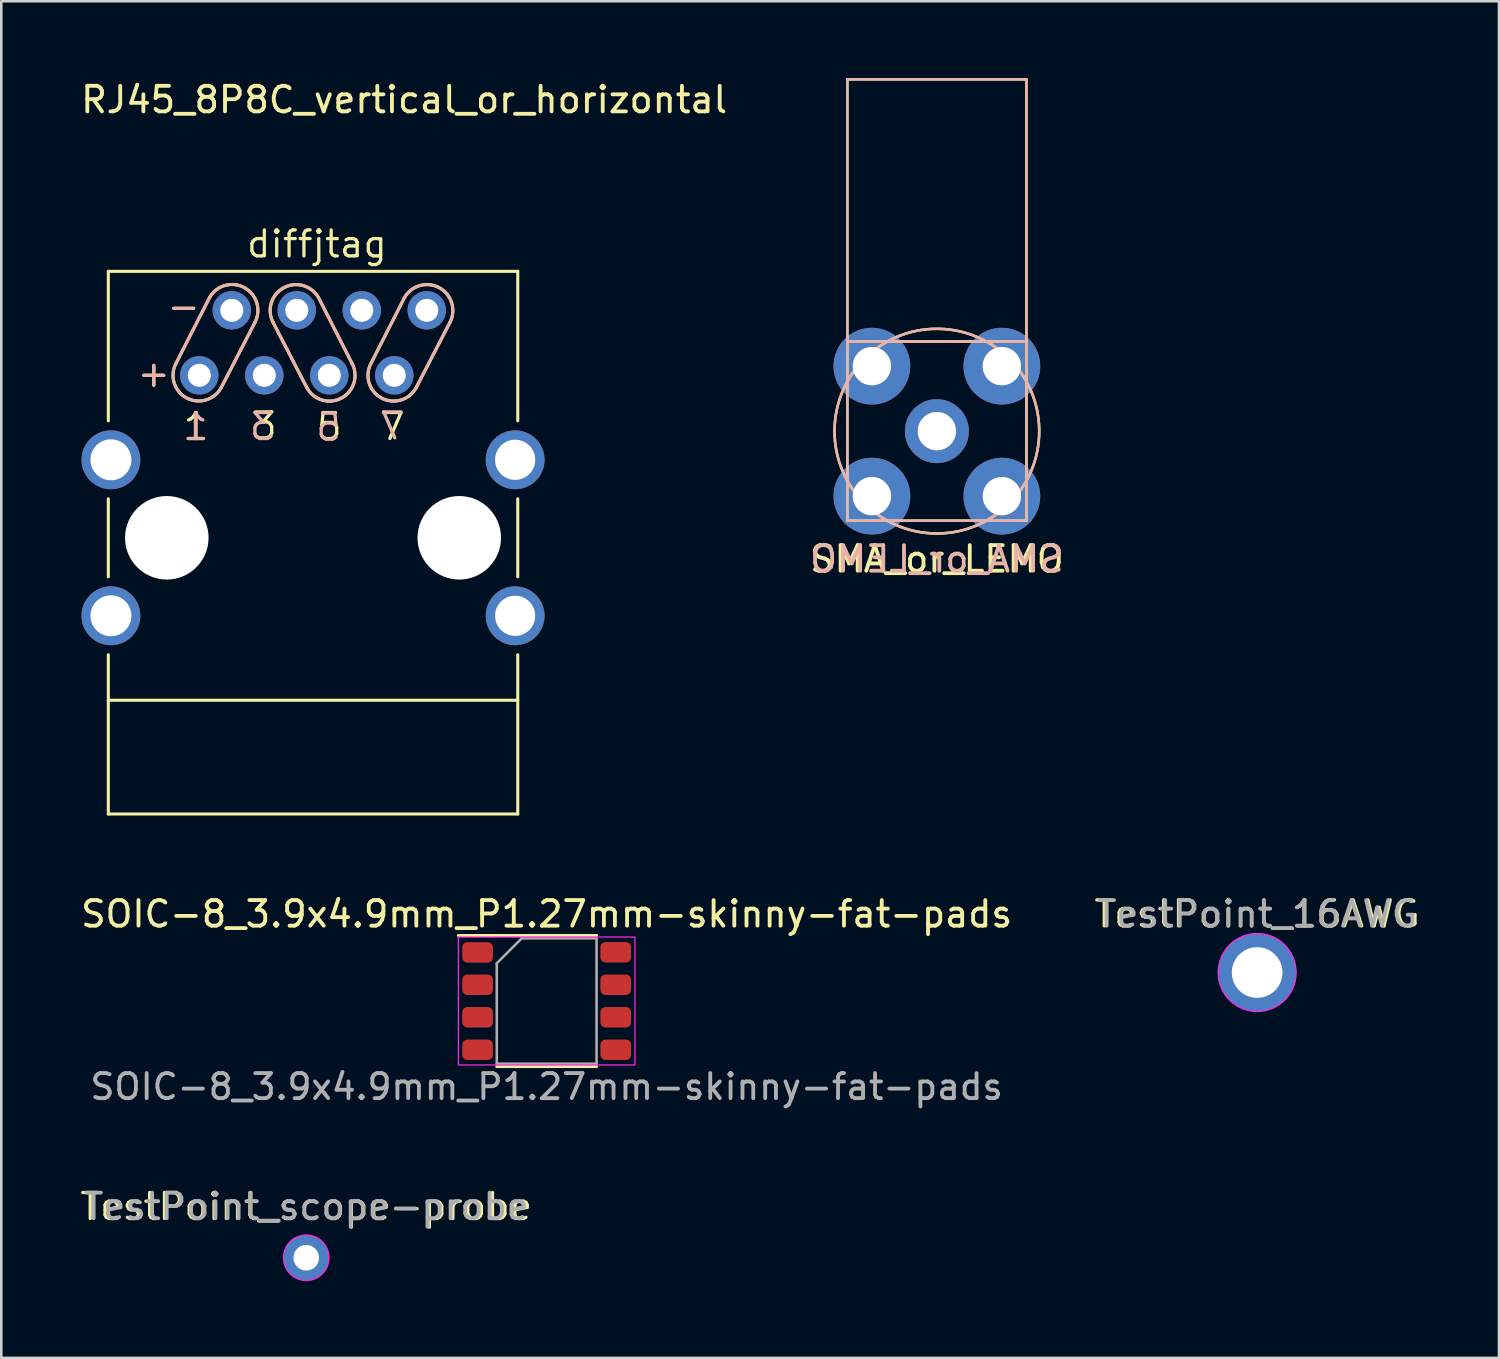
<source format=kicad_pcb>
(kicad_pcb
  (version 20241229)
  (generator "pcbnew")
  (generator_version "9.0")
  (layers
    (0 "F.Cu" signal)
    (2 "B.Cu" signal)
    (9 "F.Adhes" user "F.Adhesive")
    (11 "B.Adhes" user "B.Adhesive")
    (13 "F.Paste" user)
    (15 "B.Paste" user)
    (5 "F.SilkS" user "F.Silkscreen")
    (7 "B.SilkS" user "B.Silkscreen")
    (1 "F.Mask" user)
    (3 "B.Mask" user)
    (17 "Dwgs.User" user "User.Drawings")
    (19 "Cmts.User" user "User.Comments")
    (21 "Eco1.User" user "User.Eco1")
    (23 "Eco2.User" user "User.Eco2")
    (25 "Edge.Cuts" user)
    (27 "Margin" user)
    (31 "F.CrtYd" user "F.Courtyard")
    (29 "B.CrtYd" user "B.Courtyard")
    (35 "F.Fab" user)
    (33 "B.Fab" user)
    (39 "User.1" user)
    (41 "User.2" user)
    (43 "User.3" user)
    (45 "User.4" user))
  (footprint "TestPoint_16AWG"
    (layer "F.Cu")
    (at 46.082 34.958)
    (property "Reference" "TestPoint_16AWG" (at 0 -2.286 0) (layer "F.SilkS") (effects (font (size 1.016 1.016) (thickness 0.127))))
    (attr exclude_from_pos_files)
    (fp_circle (center 0 0) (end 1.524 0) (stroke (width 0.05) (type solid)) (fill no) (layer "F.CrtYd"))
    (fp_text user "${REFERENCE}" (at 0 -2.286 0) (layer "F.Fab") (effects (font (size 1 1) (thickness 0.15))))
    (pad "1" thru_hole circle (at 0 0) (size 3.048 3.048) (drill 1.981) (layers "*.Cu" "*.Mask")))
  (footprint "TestPoint_scope-probe"
    (layer "F.Cu")
    (at 8.918 46.106)
    (property "Reference" "TestPoint_scope-probe" (at 0 -1.998 0) (layer "F.SilkS") (effects (font (size 1.016 1.016) (thickness 0.127))))
    (attr exclude_from_pos_files)
    (fp_circle (center 0 0) (end 0.889 0) (stroke (width 0.05) (type solid)) (fill no) (layer "F.CrtYd"))
    (fp_text user "${REFERENCE}" (at 0 -2 0) (layer "F.Fab") (effects (font (size 1 1) (thickness 0.15))))
    (pad "1" thru_hole circle (at 0 0) (size 1.778 1.778) (drill 1) (layers "*.Cu" "*.Mask")))
  (footprint "SMA_or_LEMO"
    (layer "F.Cu")
    (at 33.565 13.8)
    (property "Reference" "SMA_or_LEMO" (at 0 5 180) (layer "F.SilkS") (effects (font (size 1 1) (thickness 0.15))))
    (attr through_hole)
    (fp_rect (start -3.5 -3.5) (end 3.5 -13.75) (stroke (width 0.1) (type default)) (fill no) (layer "F.SilkS"))
    (fp_rect (start -3.5 -3.5) (end 3.5 3.5) (stroke (width 0.1) (type default)) (fill no) (layer "F.SilkS"))
    (fp_circle (center 0 0) (end 4 0) (stroke (width 0.1) (type default)) (fill no) (layer "F.SilkS"))
    (fp_rect (start 3.5 -3.5) (end -3.5 -13.75) (stroke (width 0.1) (type default)) (fill no) (layer "B.SilkS"))
    (fp_rect (start 3.5 -3.5) (end -3.5 3.5) (stroke (width 0.1) (type default)) (fill no) (layer "B.SilkS"))
    (fp_circle (center 0 0) (end -4 0) (stroke (width 0.1) (type default)) (fill no) (layer "B.SilkS"))
    (fp_rect (start -3.05 -2.05) (end -2.05 -3.05) (stroke (width 0.1) (type default)) (fill no) (layer "User.1"))
    (fp_rect (start -3.05 3.05) (end -2.05 2.05) (stroke (width 0.1) (type default)) (fill no) (layer "User.1"))
    (fp_rect (start 2.05 -2.05) (end 3.05 -3.05) (stroke (width 0.1) (type default)) (fill no) (layer "User.1"))
    (fp_rect (start 2.05 3.05) (end 3.05 2.05) (stroke (width 0.1) (type default)) (fill no) (layer "User.1"))
    (fp_circle (center 0 0) (end 0.65 0) (stroke (width 0.1) (type default)) (fill no) (layer "User.1"))
    (fp_text user "${REFERENCE}" (at 0 5 0) (layer "B.SilkS") (effects (font (size 1 1) (thickness 0.15)) (justify mirror)))
    (pad "1" thru_hole circle (at 0 0) (size 2.5 2.5) (drill 1.5) (layers "*.Cu" "*.Mask"))
    (pad "2" thru_hole circle (at -2.54 -2.54) (size 3 3) (drill 1.5) (layers "*.Cu" "*.Mask"))
    (pad "2" thru_hole circle (at -2.54 2.54) (size 3 3) (drill 1.5) (layers "*.Cu" "*.Mask"))
    (pad "2" thru_hole circle (at 2.54 -2.54) (size 3 3) (drill 1.5) (layers "*.Cu" "*.Mask"))
    (pad "2" thru_hole circle (at 2.54 2.54) (size 3 3) (drill 1.5) (layers "*.Cu" "*.Mask")))
  (footprint "SOIC-8_3.9x4.9mm_P1.27mm-skinny-fat-pads"
    (layer "F.Cu")
    (at 18.315 36.072)
    (property "Reference" "SOIC-8_3.9x4.9mm_P1.27mm-skinny-fat-pads" (at 0 -3.4 180) (layer "F.SilkS") (effects (font (size 1 1) (thickness 0.15))))
    (attr smd)
    (fp_line (start 0 -2.56) (end -3.45 -2.56) (stroke (width 0.12) (type solid)) (layer "F.SilkS"))
    (fp_line (start 0 -2.56) (end 1.95 -2.56) (stroke (width 0.12) (type solid)) (layer "F.SilkS"))
    (fp_line (start 0 2.56) (end -1.95 2.56) (stroke (width 0.12) (type solid)) (layer "F.SilkS"))
    (fp_line (start 0 2.56) (end 1.95 2.56) (stroke (width 0.12) (type solid)) (layer "F.SilkS"))
    (fp_rect (start -3.45 -2.5) (end 3.45 2.5) (stroke (width 0.05) (type default)) (fill no) (layer "F.CrtYd"))
    (fp_line (start -1.95 -1.475) (end -0.975 -2.45) (stroke (width 0.1) (type solid)) (layer "F.Fab"))
    (fp_line (start -1.95 2.45) (end -1.95 -1.475) (stroke (width 0.1) (type solid)) (layer "F.Fab"))
    (fp_line (start -0.975 -2.45) (end 1.95 -2.45) (stroke (width 0.1) (type solid)) (layer "F.Fab"))
    (fp_line (start 1.95 -2.45) (end 1.95 2.45) (stroke (width 0.1) (type solid)) (layer "F.Fab"))
    (fp_line (start 1.95 2.45) (end -1.95 2.45) (stroke (width 0.1) (type solid)) (layer "F.Fab"))
    (fp_rect (start -3.1 -2.1) (end -2.7 -1.7) (stroke (width 0.1) (type default)) (fill no) (layer "User.2"))
    (fp_rect (start 2.7 -2.1) (end 3.1 -1.7) (stroke (width 0.1) (type default)) (fill no) (layer "User.2"))
    (fp_text user "${REFERENCE}" (at 0 3.35 180) (layer "F.Fab") (effects (font (size 0.98 0.98) (thickness 0.15))))
    (pad "1" smd roundrect (at -2.7 -1.9) (size 1.2 0.8) (layers "F.Cu" "F.Mask" "F.Paste") (roundrect_rratio 0.25))
    (pad "2" smd roundrect (at -2.7 -0.635) (size 1.2 0.8) (layers "F.Cu" "F.Mask" "F.Paste") (roundrect_rratio 0.25))
    (pad "3" smd roundrect (at -2.7 0.635) (size 1.2 0.8) (layers "F.Cu" "F.Mask" "F.Paste") (roundrect_rratio 0.25))
    (pad "4" smd roundrect (at -2.7 1.905) (size 1.2 0.8) (layers "F.Cu" "F.Mask" "F.Paste") (roundrect_rratio 0.25))
    (pad "5" smd roundrect (at 2.7 1.905) (size 1.2 0.8) (layers "F.Cu" "F.Mask" "F.Paste") (roundrect_rratio 0.25))
    (pad "6" smd roundrect (at 2.7 0.635) (size 1.2 0.8) (layers "F.Cu" "F.Mask" "F.Paste") (roundrect_rratio 0.25))
    (pad "7" smd roundrect (at 2.7 -0.635) (size 1.2 0.8) (layers "F.Cu" "F.Mask" "F.Paste") (roundrect_rratio 0.25))
    (pad "8" smd roundrect (at 2.7 -1.905) (size 1.2 0.8) (layers "F.Cu" "F.Mask" "F.Paste") (roundrect_rratio 0.25)))
  (footprint "RJ45_8P8C_vertical_or_horizontal"
    (layer "F.Cu")
    (at 9.184 10.348)
    (property "Reference" "RJ45_8P8C_vertical_or_horizontal" (at 3.56 -9.5 0) (layer "F.SilkS") (effects (font (size 1 1) (thickness 0.15))))
    (property "Value" "diffjtag" (at 3.56 9.5 0) (layer "F.Fab") (hide yes) (effects (font (size 1 1) (thickness 0.15))))
    (attr through_hole)
    (fp_line (start -8.001 -2.794) (end 8.001 -2.794) (stroke (width 0.12) (type solid)) (layer "F.SilkS"))
    (fp_line (start -8.001 3.048) (end -8.001 -2.794) (stroke (width 0.12) (type solid)) (layer "F.SilkS"))
    (fp_line (start -8.001 6.096) (end -8.001 9.144) (stroke (width 0.12) (type solid)) (layer "F.SilkS"))
    (fp_line (start -8.001 12.192) (end -8.001 18.415) (stroke (width 0.12) (type solid)) (layer "F.SilkS"))
    (fp_line (start -8.001 13.97) (end 8.001 13.97) (stroke (width 0.12) (type solid)) (layer "F.SilkS"))
    (fp_line (start -8.001 18.415) (end 8.001 18.415) (stroke (width 0.12) (type solid)) (layer "F.SilkS"))
    (fp_line (start -4.039 -1.778) (end -5.359 0.813) (stroke (width 0.12) (type solid)) (layer "F.SilkS"))
    (fp_line (start -2.261 -0.813) (end -3.597 1.77) (stroke (width 0.12) (type solid)) (layer "F.SilkS"))
    (fp_line (start -1.565 -0.805) (end -0.229 1.778) (stroke (width 0.12) (type solid)) (layer "F.SilkS"))
    (fp_line (start 0.213 -1.77) (end 1.533 0.821) (stroke (width 0.12) (type solid)) (layer "F.SilkS"))
    (fp_line (start 3.581 -1.778) (end 2.261 0.813) (stroke (width 0.12) (type solid)) (layer "F.SilkS"))
    (fp_line (start 5.359 -0.813) (end 4.023 1.77) (stroke (width 0.12) (type solid)) (layer "F.SilkS"))
    (fp_line (start 8.001 -2.794) (end 8.001 3.048) (stroke (width 0.12) (type solid)) (layer "F.SilkS"))
    (fp_line (start 8.001 6.096) (end 8.001 9.144) (stroke (width 0.12) (type solid)) (layer "F.SilkS"))
    (fp_line (start 8.001 18.415) (end 8.001 12.192) (stroke (width 0.12) (type solid)) (layer "F.SilkS"))
    (fp_arc (start -4.0386 -1.778) (mid -2.682919 -2.155078) (end -2.2606 -0.8128) (stroke (width 0.12) (type solid)) (layer "F.SilkS"))
    (fp_arc (start -3.597332 1.769964) (mid -4.946445 2.153081) (end -5.3594 0.8128) (stroke (width 0.12) (type solid)) (layer "F.SilkS"))
    (fp_arc (start -1.565332 -0.804764) (mid -1.143014 -2.147042) (end 0.212668 -1.769964) (stroke (width 0.12) (type solid)) (layer "F.SilkS"))
    (fp_arc (start 1.533468 0.820836) (mid 1.120513 2.161117) (end -0.2286 1.778) (stroke (width 0.12) (type solid)) (layer "F.SilkS"))
    (fp_arc (start 3.5814 -1.778) (mid 4.937082 -2.155078) (end 5.3594 -0.8128) (stroke (width 0.12) (type solid)) (layer "F.SilkS"))
    (fp_arc (start 4.022668 1.769964) (mid 2.673555 2.153081) (end 2.2606 0.8128) (stroke (width 0.12) (type solid)) (layer "F.SilkS"))
    (fp_line (start -4.041 -1.78) (end -5.362 0.811) (stroke (width 0.12) (type solid)) (layer "B.SilkS"))
    (fp_line (start -2.263 -0.815) (end -3.6 1.768) (stroke (width 0.12) (type solid)) (layer "B.SilkS"))
    (fp_line (start -1.572 -0.815) (end -0.235 1.768) (stroke (width 0.12) (type solid)) (layer "B.SilkS"))
    (fp_line (start 0.206 -1.78) (end 1.527 0.811) (stroke (width 0.12) (type solid)) (layer "B.SilkS"))
    (fp_line (start 3.575 -1.772) (end 2.254 0.819) (stroke (width 0.12) (type solid)) (layer "B.SilkS"))
    (fp_line (start 5.353 -0.807) (end 4.016 1.776) (stroke (width 0.12) (type solid)) (layer "B.SilkS"))
    (fp_arc (start -4.041255 -1.77983) (mid -2.685572 -2.156908) (end -2.263255 -0.81463) (stroke (width 0.12) (type solid)) (layer "B.SilkS"))
    (fp_arc (start -3.599987 1.768134) (mid -4.9491 2.151251) (end -5.362055 0.81097) (stroke (width 0.12) (type solid)) (layer "B.SilkS"))
    (fp_arc (start -1.572145 -0.81463) (mid -1.149827 -2.156912) (end 0.205855 -1.77983) (stroke (width 0.12) (type solid)) (layer "B.SilkS"))
    (fp_arc (start 1.526655 0.81097) (mid 1.1137 2.151251) (end -0.235413 1.768134) (stroke (width 0.12) (type solid)) (layer "B.SilkS"))
    (fp_arc (start 3.574587 -1.771794) (mid 4.930269 -2.148872) (end 5.352587 -0.806594) (stroke (width 0.12) (type solid)) (layer "B.SilkS"))
    (fp_arc (start 4.015855 1.77617) (mid 2.666742 2.159287) (end 2.253787 0.819006) (stroke (width 0.12) (type solid)) (layer "B.SilkS"))
    (fp_text user "-" (at -5.055 -1.422 0) (unlocked yes) (layer "F.SilkS") (effects (font (size 1.016 1.016) (thickness 0.127))))
    (fp_text user "3" (at -1.905 3.251 0) (unlocked yes) (layer "F.SilkS") (effects (font (size 1.016 1.016) (thickness 0.127))))
    (fp_text user "5" (at 0.635 3.277 0) (unlocked yes) (layer "F.SilkS") (effects (font (size 1.016 1.016) (thickness 0.127))))
    (fp_text user "+" (at -6.223 1.194 0) (unlocked yes) (layer "F.SilkS") (effects (font (size 1.016 1.016) (thickness 0.127))))
    (fp_text user "${VALUE}" (at 0.152 -3.861 0) (layer "F.SilkS") (effects (font (size 1.016 1.016) (thickness 0.127))))
    (fp_text user "1" (at -4.572 3.277 0) (unlocked yes) (layer "F.SilkS") (effects (font (size 1.016 1.016) (thickness 0.127))))
    (fp_text user "7" (at 3.099 3.277 0) (unlocked yes) (layer "F.SilkS") (effects (font (size 1.016 1.016) (thickness 0.127))))
    (fp_text user "5" (at 0.61 3.302 0) (unlocked yes) (layer "B.SilkS") (effects (font (size 1.016 1.016) (thickness 0.127)) (justify mirror)))
    (fp_text user "+" (at -6.223 1.194 0) (unlocked yes) (layer "B.SilkS") (effects (font (size 1.016 1.016) (thickness 0.127)) (justify mirror)))
    (fp_text user "1" (at -4.597 3.277 0) (unlocked yes) (layer "B.SilkS") (effects (font (size 1.016 1.016) (thickness 0.127)) (justify mirror)))
    (fp_text user "-" (at -5.055 -1.422 0) (unlocked yes) (layer "B.SilkS") (effects (font (size 1.016 1.016) (thickness 0.127)) (justify mirror)))
    (fp_text user "7" (at 3.099 3.251 0) (unlocked yes) (layer "B.SilkS") (effects (font (size 1.016 1.016) (thickness 0.127)) (justify mirror)))
    (fp_text user "3" (at -1.981 3.277 0) (unlocked yes) (layer "B.SilkS") (effects (font (size 1.016 1.016) (thickness 0.127)) (justify mirror)))
    (pad "" np_thru_hole circle (at -5.715 7.62) (size 3.264 3.264) (drill 3.264) (layers "*.Cu" "*.Mask"))
    (pad "" np_thru_hole circle (at 5.715 7.62) (size 3.264 3.264) (drill 3.264) (layers "*.Cu" "*.Mask"))
    (pad "1" thru_hole circle (at -4.445 1.27) (size 1.5 1.5) (drill 0.9) (layers "*.Cu" "*.Mask"))
    (pad "2" thru_hole circle (at -3.175 -1.27) (size 1.5 1.5) (drill 0.9) (layers "*.Cu" "*.Mask"))
    (pad "3" thru_hole circle (at -1.905 1.27) (size 1.5 1.5) (drill 0.9) (layers "*.Cu" "*.Mask"))
    (pad "4" thru_hole circle (at -0.635 -1.27) (size 1.5 1.5) (drill 0.9) (layers "*.Cu" "*.Mask"))
    (pad "5" thru_hole circle (at 0.635 1.27) (size 1.5 1.5) (drill 0.9) (layers "*.Cu" "*.Mask"))
    (pad "6" thru_hole circle (at 1.905 -1.27) (size 1.5 1.5) (drill 0.9) (layers "*.Cu" "*.Mask"))
    (pad "7" thru_hole circle (at 3.175 1.27) (size 1.5 1.5) (drill 0.9) (layers "*.Cu" "*.Mask"))
    (pad "8" thru_hole circle (at 4.445 -1.27) (size 1.5 1.5) (drill 0.9) (layers "*.Cu" "*.Mask"))
    (pad "SH" thru_hole circle (at -7.899 4.572) (size 2.3 2.3) (drill 1.6) (layers "*.Cu" "*.Mask"))
    (pad "SH" thru_hole circle (at -7.899 10.668) (size 2.3 2.3) (drill 1.6) (layers "*.Cu" "*.Mask"))
    (pad "SH" thru_hole circle (at 7.899 4.572) (size 2.3 2.3) (drill 1.57) (layers "*.Cu" "*.Mask"))
    (pad "SH" thru_hole circle (at 7.899 10.668) (size 2.3 2.3) (drill 1.57) (layers "*.Cu" "*.Mask")))
  (gr_rect
    (start -3 -3)
    (end 55.533 50.02)
    (stroke (width 0.1) (type default))
    (fill no)
    (layer "Edge.Cuts")))
</source>
